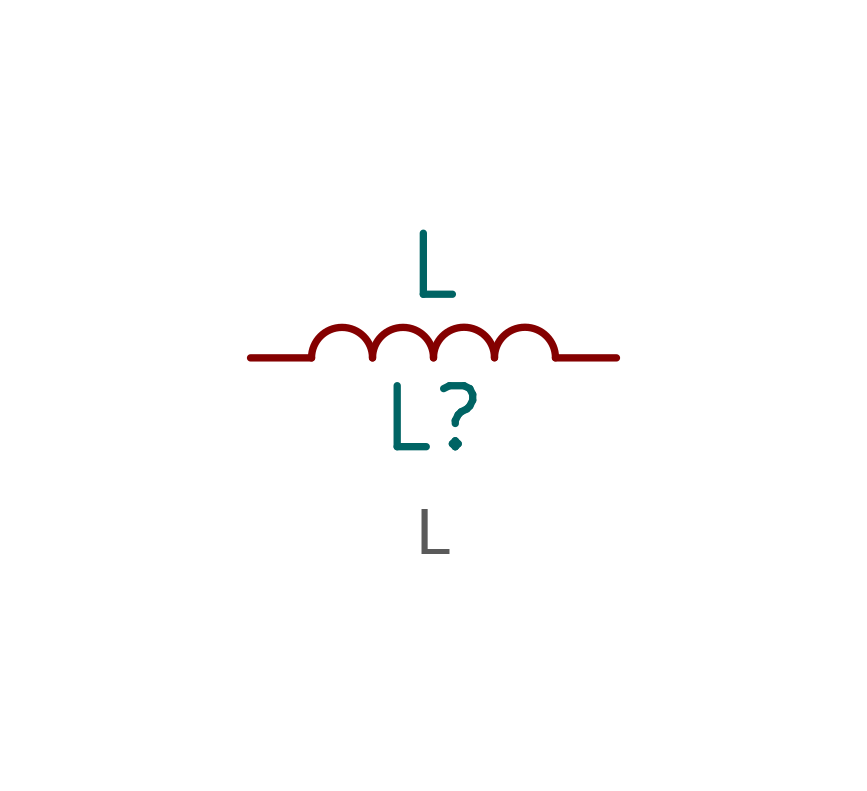
<source format=kicad_sym>
(kicad_symbol_lib
  (version 20241209)
  (generator "kicad_symbol_editor")
  (generator_version "9.0")
  (symbol "L"
    (pin_numbers
      (hide yes))
    (pin_names
      (offset 1.016)
      (hide yes))
    (property "Reference" "L"
      (at 3.81 -1.27 0)
      (effects (font (size 1.27 1.27))))
    (property "Value" "L"
      (at 3.81 1.905 0)
      (effects (font (size 1.27 1.27))))
    (symbol "L_0_1"
      (arc (start 1.27 0) (mid 1.905 0.6323) (end 2.54 0) (stroke (width 0) (type default)) (fill (type none)))
      (arc (start 2.54 0) (mid 3.175 0.6323) (end 3.81 0) (stroke (width 0) (type default)) (fill (type none)))
      (arc (start 3.81 0.0027) (mid 4.445 0.635) (end 5.08 0.0027) (stroke (width 0) (type default)) (fill (type none)))
      (arc (start 5.08 0.0027) (mid 5.715 0.635) (end 6.35 0.0027) (stroke (width 0) (type default)) (fill (type none))))
    (symbol "L_1_1"
      (pin passive line (at 0 0 0) (length 1.27) (name "1" (effects (font (size 1.27 1.27)))) (number "1" (effects (font (size 1.27 1.27)))))
      (pin passive line (at 7.62 0 180) (length 1.27) (name "2" (effects (font (size 1.27 1.27)))) (number "2" (effects (font (size 1.27 1.27))))))))
</source>
